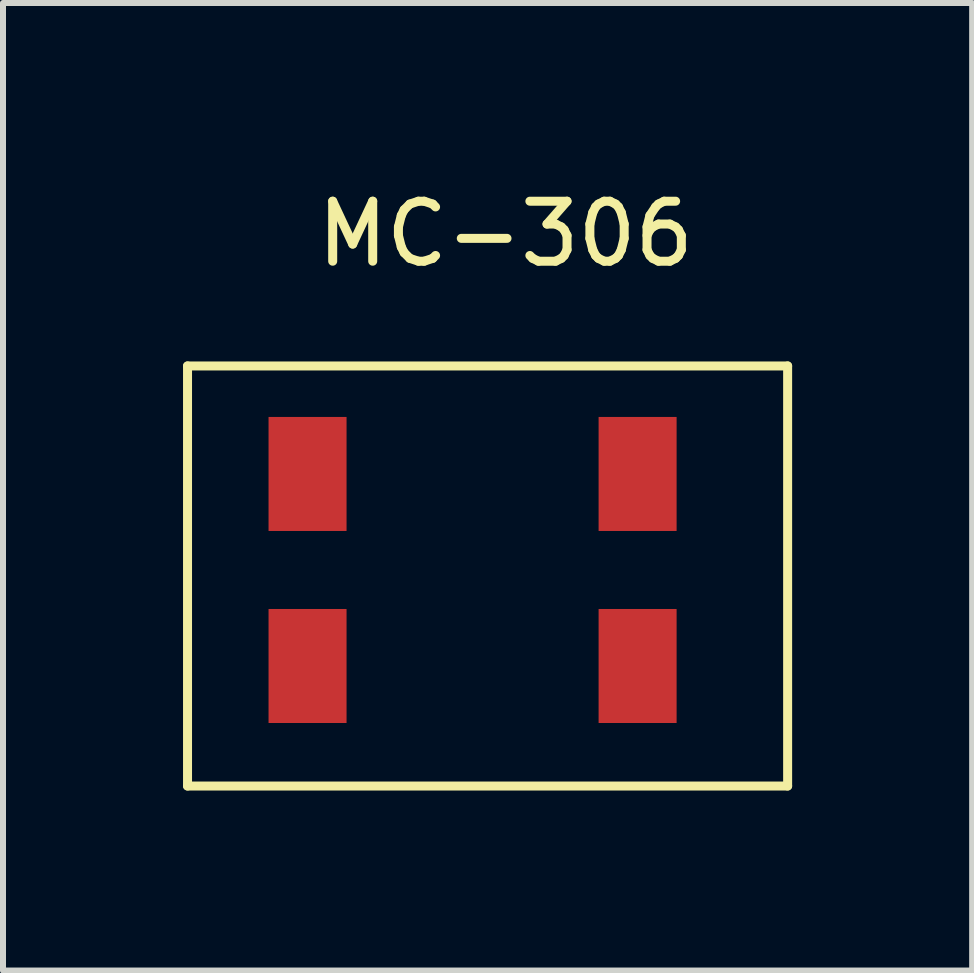
<source format=kicad_pcb>
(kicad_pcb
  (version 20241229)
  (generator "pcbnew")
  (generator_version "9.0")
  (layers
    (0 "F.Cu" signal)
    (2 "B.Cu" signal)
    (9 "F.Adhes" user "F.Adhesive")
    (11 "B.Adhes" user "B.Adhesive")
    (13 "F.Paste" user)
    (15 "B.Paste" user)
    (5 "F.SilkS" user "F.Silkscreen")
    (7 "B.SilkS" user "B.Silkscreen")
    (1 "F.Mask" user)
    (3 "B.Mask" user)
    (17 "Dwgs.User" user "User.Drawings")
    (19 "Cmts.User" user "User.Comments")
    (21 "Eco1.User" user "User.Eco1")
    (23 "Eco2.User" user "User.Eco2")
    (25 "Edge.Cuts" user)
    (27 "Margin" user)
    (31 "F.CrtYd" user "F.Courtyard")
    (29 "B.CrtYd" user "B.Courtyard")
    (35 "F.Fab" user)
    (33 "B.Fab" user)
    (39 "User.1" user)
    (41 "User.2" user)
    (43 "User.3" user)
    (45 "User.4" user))
  (footprint "MC-306"
    (layer "F.Cu")
    (at 2.075 8.048)
    (property "Reference" "MC-306" (at 3.3 -7.2 0) (layer "F.SilkS") (effects (font (size 1 1) (thickness 0.15))))
    (attr through_hole)
    (fp_line (start -2 -5) (end 8 -5) (stroke (width 0.15) (type solid)) (layer "F.SilkS"))
    (fp_line (start -2 2) (end -2 -5) (stroke (width 0.15) (type solid)) (layer "F.SilkS"))
    (fp_line (start 8 -5) (end 8 2) (stroke (width 0.15) (type solid)) (layer "F.SilkS"))
    (fp_line (start 8 2) (end -2 2) (stroke (width 0.15) (type solid)) (layer "F.SilkS"))
    (pad "1" smd rect (at 0 0) (size 1.3 1.9) (layers "F.Cu" "F.Mask" "F.Paste"))
    (pad "2" smd rect (at 5.5 0) (size 1.3 1.9) (layers "F.Cu" "F.Mask" "F.Paste"))
    (pad "3" smd rect (at 5.5 -3.2) (size 1.3 1.9) (layers "F.Cu" "F.Mask" "F.Paste"))
    (pad "4" smd rect (at 0 -3.2) (size 1.3 1.9) (layers "F.Cu" "F.Mask" "F.Paste")))
  (gr_rect
    (start -3 -3)
    (end 13.15 13.123)
    (stroke (width 0.1) (type default))
    (fill no)
    (layer "Edge.Cuts")))
</source>
